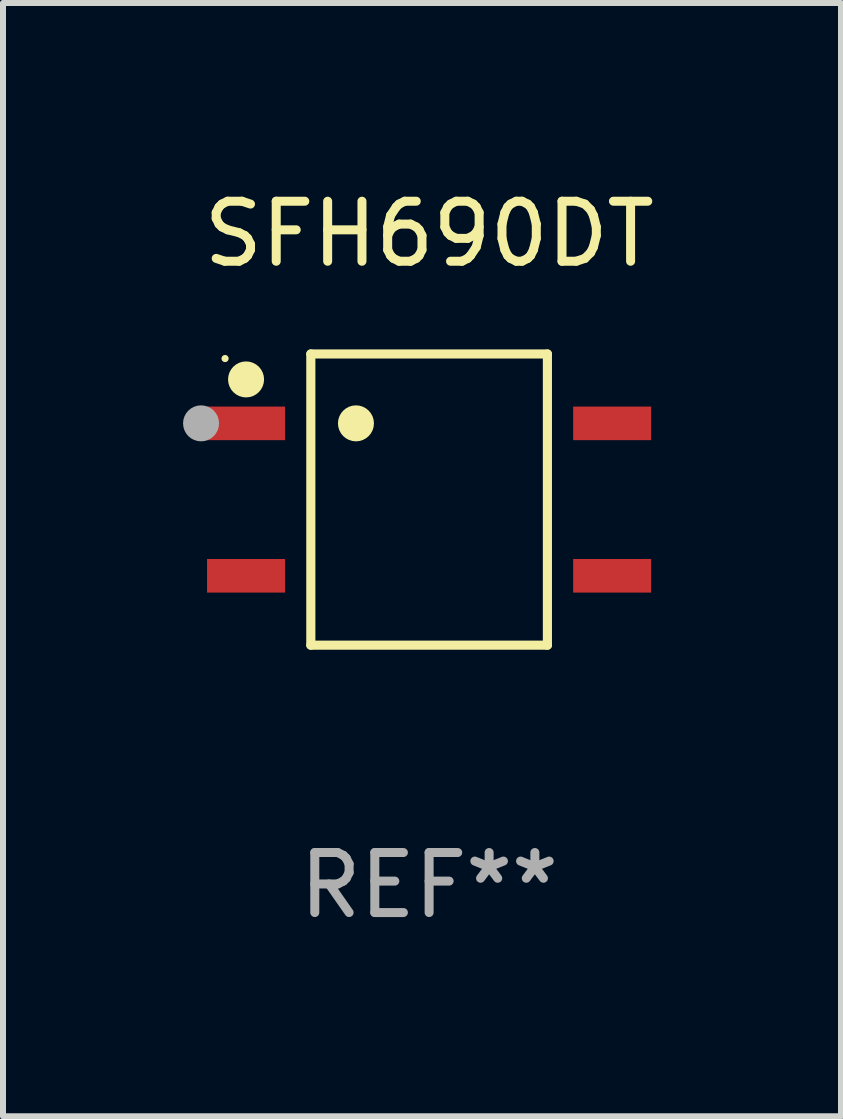
<source format=kicad_pcb>
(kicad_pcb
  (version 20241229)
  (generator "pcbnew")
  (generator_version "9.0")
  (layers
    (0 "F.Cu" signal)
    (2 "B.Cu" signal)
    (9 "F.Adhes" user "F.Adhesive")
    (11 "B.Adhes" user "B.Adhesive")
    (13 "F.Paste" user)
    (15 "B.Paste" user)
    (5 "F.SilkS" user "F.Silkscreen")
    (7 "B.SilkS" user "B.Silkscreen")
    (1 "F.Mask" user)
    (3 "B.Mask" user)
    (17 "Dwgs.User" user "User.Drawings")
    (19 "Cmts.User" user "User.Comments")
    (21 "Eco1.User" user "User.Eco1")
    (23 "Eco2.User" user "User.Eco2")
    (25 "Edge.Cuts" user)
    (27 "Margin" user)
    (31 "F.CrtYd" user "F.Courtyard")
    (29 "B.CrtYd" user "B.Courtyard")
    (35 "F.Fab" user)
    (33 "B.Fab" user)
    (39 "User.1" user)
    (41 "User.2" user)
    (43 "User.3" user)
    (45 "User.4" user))
  (footprint "SFH690DT"
    (layer "F.Cu")
    (at 4.1 5.274)
    (property "Reference" "SFH690DT" (at 0 -4.426 0) (layer "F.SilkS") (effects (font (size 1 1) (thickness 0.15))))
    (attr through_hole)
    (fp_line (start -1.971 -2.426) (end 1.971 -2.426) (stroke (width 0.152) (type solid)) (layer "F.SilkS"))
    (fp_line (start -1.971 2.426) (end -1.971 -2.426) (stroke (width 0.152) (type solid)) (layer "F.SilkS"))
    (fp_line (start 1.971 -2.426) (end 1.971 2.426) (stroke (width 0.152) (type solid)) (layer "F.SilkS"))
    (fp_line (start 1.971 2.426) (end -1.971 2.426) (stroke (width 0.152) (type solid)) (layer "F.SilkS"))
    (fp_circle (center -3.4 -2.35) (end -3.37 -2.35) (stroke (width 0.06) (type solid)) (fill no) (layer "F.SilkS"))
    (fp_circle (center -3.05 -2.002) (end -2.9 -2.002) (stroke (width 0.3) (type solid)) (fill no) (layer "F.SilkS"))
    (fp_circle (center -1.219 -1.27) (end -1.069 -1.27) (stroke (width 0.3) (type solid)) (fill no) (layer "F.SilkS"))
    (fp_circle (center -3.8 -1.27) (end -3.65 -1.27) (stroke (width 0.3) (type solid)) (fill no) (layer "F.Fab"))
    (fp_text user "REF**" (at 0 6.426 0) (layer "F.Fab") (effects (font (size 1 1) (thickness 0.15))))
    (pad "1" smd rect (at -3.05 -1.27 270) (size 0.56 1.3) (layers "F.Cu" "F.Mask" "F.Paste"))
    (pad "2" smd rect (at -3.05 1.27 270) (size 0.56 1.3) (layers "F.Cu" "F.Mask" "F.Paste"))
    (pad "3" smd rect (at 3.05 1.27 270) (size 0.56 1.3) (layers "F.Cu" "F.Mask" "F.Paste"))
    (pad "4" smd rect (at 3.05 -1.27 270) (size 0.56 1.3) (layers "F.Cu" "F.Mask" "F.Paste")))
  (gr_rect
    (start -3 -3)
    (end 10.963 15.549)
    (stroke (width 0.1) (type default))
    (fill no)
    (layer "Edge.Cuts")))
</source>
